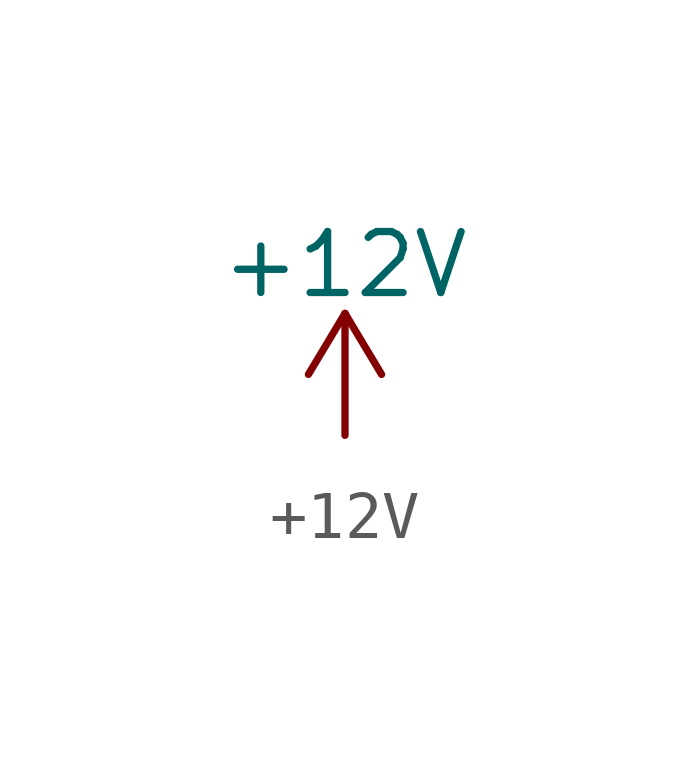
<source format=kicad_sym>
(kicad_symbol_lib
  (version 20201005)
  (generator kicad_symbol_editor)
  (symbol "+12V"
    (power)
    (pin_names
      (offset 0))
    (property "Reference" "#PWR"
      (at 0 -3.81 0)
      (effects (font (size 1.27 1.27)) hide))
    (property "Value" "+12V"
      (at 0 3.556 0)
      (effects (font (size 1.27 1.27))))
    (symbol "+12V_0_1"
      (polyline (pts (xy -0.762 1.27) (xy 0 2.54)) (stroke (width 0)) (fill (type none)))
      (polyline (pts (xy 0 0) (xy 0 2.54)) (stroke (width 0)) (fill (type none)))
      (polyline (pts (xy 0 2.54) (xy 0.762 1.27)) (stroke (width 0)) (fill (type none))))
    (symbol "+12V_1_1"
      (pin power_in line (at 0 0 90) (length 0) hide (name "+12V" (effects (font (size 1.27 1.27)))) (number "1" (effects (font (size 1.27 1.27))))))))
</source>
